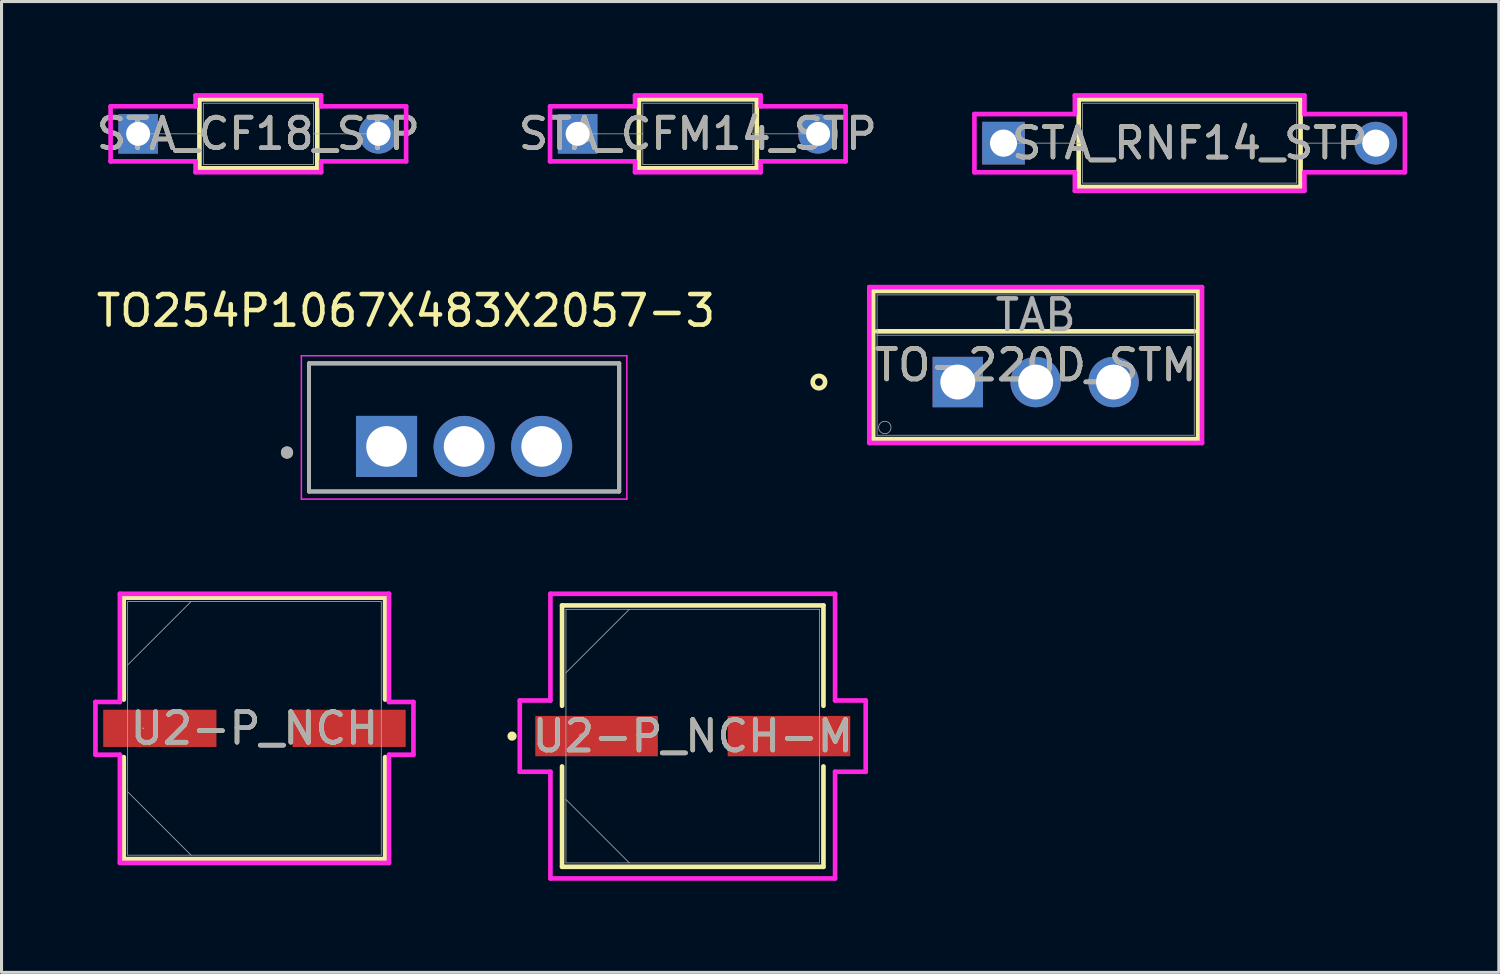
<source format=kicad_pcb>
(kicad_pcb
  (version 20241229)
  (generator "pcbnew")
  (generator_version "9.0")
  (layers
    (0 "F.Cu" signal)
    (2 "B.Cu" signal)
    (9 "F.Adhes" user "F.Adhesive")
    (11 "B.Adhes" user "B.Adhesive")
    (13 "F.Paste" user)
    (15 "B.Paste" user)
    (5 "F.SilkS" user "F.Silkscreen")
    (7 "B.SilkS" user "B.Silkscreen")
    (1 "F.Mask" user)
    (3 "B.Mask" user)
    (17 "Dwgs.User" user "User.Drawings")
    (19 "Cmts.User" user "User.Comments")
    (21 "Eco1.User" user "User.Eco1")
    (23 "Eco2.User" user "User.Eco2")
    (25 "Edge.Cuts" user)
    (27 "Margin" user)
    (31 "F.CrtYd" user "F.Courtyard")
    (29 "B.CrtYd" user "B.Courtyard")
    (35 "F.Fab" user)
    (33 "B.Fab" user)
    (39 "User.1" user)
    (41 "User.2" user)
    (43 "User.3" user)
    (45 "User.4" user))
  (footprint "STA_CFM14_STP"
    (layer "F.Cu")
    (at 15.867 1.333)
    (property "Reference" "STA_CFM14_STP" (at 3.937 0 0) (unlocked yes) (layer "F.SilkS") (effects (font (size 1 1) (thickness 0.15))))
    (attr through_hole)
    (fp_line (start 2.007 -1.13) (end 2.007 1.13) (stroke (width 0.152) (type solid)) (layer "F.SilkS"))
    (fp_line (start 2.007 1.13) (end 5.867 1.13) (stroke (width 0.152) (type solid)) (layer "F.SilkS"))
    (fp_line (start 5.867 -1.13) (end 2.007 -1.13) (stroke (width 0.152) (type solid)) (layer "F.SilkS"))
    (fp_line (start 5.867 1.13) (end 5.867 -1.13) (stroke (width 0.152) (type solid)) (layer "F.SilkS"))
    (fp_line (start -0.902 -0.902) (end 1.88 -0.902) (stroke (width 0.152) (type solid)) (layer "F.CrtYd"))
    (fp_line (start -0.902 0.902) (end -0.902 -0.902) (stroke (width 0.152) (type solid)) (layer "F.CrtYd"))
    (fp_line (start 1.88 -1.257) (end 5.994 -1.257) (stroke (width 0.152) (type solid)) (layer "F.CrtYd"))
    (fp_line (start 1.88 -0.902) (end 1.88 -1.257) (stroke (width 0.152) (type solid)) (layer "F.CrtYd"))
    (fp_line (start 1.88 0.902) (end -0.902 0.902) (stroke (width 0.152) (type solid)) (layer "F.CrtYd"))
    (fp_line (start 1.88 1.257) (end 1.88 0.902) (stroke (width 0.152) (type solid)) (layer "F.CrtYd"))
    (fp_line (start 5.994 -1.257) (end 5.994 -0.902) (stroke (width 0.152) (type solid)) (layer "F.CrtYd"))
    (fp_line (start 5.994 -0.902) (end 8.776 -0.902) (stroke (width 0.152) (type solid)) (layer "F.CrtYd"))
    (fp_line (start 5.994 0.902) (end 5.994 1.257) (stroke (width 0.152) (type solid)) (layer "F.CrtYd"))
    (fp_line (start 5.994 1.257) (end 1.88 1.257) (stroke (width 0.152) (type solid)) (layer "F.CrtYd"))
    (fp_line (start 8.776 -0.902) (end 8.776 0.902) (stroke (width 0.152) (type solid)) (layer "F.CrtYd"))
    (fp_line (start 8.776 0.902) (end 5.994 0.902) (stroke (width 0.152) (type solid)) (layer "F.CrtYd"))
    (fp_line (start 0 0) (end 2.134 0) (stroke (width 0.025) (type solid)) (layer "F.Fab"))
    (fp_line (start 2.134 -1.003) (end 2.134 1.003) (stroke (width 0.025) (type solid)) (layer "F.Fab"))
    (fp_line (start 2.134 1.003) (end 5.74 1.003) (stroke (width 0.025) (type solid)) (layer "F.Fab"))
    (fp_line (start 5.74 -1.003) (end 2.134 -1.003) (stroke (width 0.025) (type solid)) (layer "F.Fab"))
    (fp_line (start 5.74 1.003) (end 5.74 -1.003) (stroke (width 0.025) (type solid)) (layer "F.Fab"))
    (fp_line (start 7.874 0) (end 5.74 0) (stroke (width 0.025) (type solid)) (layer "F.Fab"))
    (fp_text user "${REFERENCE}" (at 3.937 0 0) (unlocked yes) (layer "F.Fab") (effects (font (size 1 1) (thickness 0.15))))
    (pad "1" thru_hole rect (at 0 0) (size 1.295 1.295) (drill 0.787) (layers "*.Cu" "*.Mask"))
    (pad "2" thru_hole circle (at 7.874 0) (size 1.295 1.295) (drill 0.787) (layers "*.Cu" "*.Mask")))
  (footprint "TO-220D_STM"
    (layer "F.Cu")
    (at 28.317 9.462)
    (property "Reference" "TO-220D_STM" (at 2.55 -0.556 0) (unlocked yes) (layer "F.SilkS") (effects (font (size 1 1) (thickness 0.15))))
    (attr through_hole)
    (fp_line (start -2.771 -2.982) (end -2.771 1.869) (stroke (width 0.152) (type solid)) (layer "F.SilkS"))
    (fp_line (start -2.771 1.869) (end 7.871 1.869) (stroke (width 0.152) (type solid)) (layer "F.SilkS"))
    (fp_line (start -2.644 -1.661) (end 7.744 -1.661) (stroke (width 0.152) (type solid)) (layer "F.SilkS"))
    (fp_line (start 7.871 -2.982) (end -2.771 -2.982) (stroke (width 0.152) (type solid)) (layer "F.SilkS"))
    (fp_line (start 7.871 1.869) (end 7.871 -2.982) (stroke (width 0.152) (type solid)) (layer "F.SilkS"))
    (fp_circle (center -4.549 0) (end -4.346 0) (stroke (width 0.152) (type solid)) (fill no) (layer "F.SilkS"))
    (fp_line (start -2.898 -3.109) (end -2.898 1.996) (stroke (width 0.152) (type solid)) (layer "F.CrtYd"))
    (fp_line (start -2.898 1.996) (end 7.998 1.996) (stroke (width 0.152) (type solid)) (layer "F.CrtYd"))
    (fp_line (start 7.998 -3.109) (end -2.898 -3.109) (stroke (width 0.152) (type solid)) (layer "F.CrtYd"))
    (fp_line (start 7.998 1.996) (end 7.998 -3.109) (stroke (width 0.152) (type solid)) (layer "F.CrtYd"))
    (fp_line (start -2.644 -2.855) (end -2.644 1.742) (stroke (width 0.025) (type solid)) (layer "F.Fab"))
    (fp_line (start -2.644 -1.534) (end 7.744 -1.534) (stroke (width 0.025) (type solid)) (layer "F.Fab"))
    (fp_line (start -2.644 1.742) (end 7.744 1.742) (stroke (width 0.025) (type solid)) (layer "F.Fab"))
    (fp_line (start 7.744 -2.855) (end -2.644 -2.855) (stroke (width 0.025) (type solid)) (layer "F.Fab"))
    (fp_line (start 7.744 1.742) (end 7.744 -2.855) (stroke (width 0.025) (type solid)) (layer "F.Fab"))
    (fp_circle (center -2.39 1.488) (end -2.187 1.488) (stroke (width 0.025) (type solid)) (fill no) (layer "F.Fab"))
    (fp_text user "TAB" (at 2.55 -2.195 0) (unlocked yes) (layer "F.Fab") (effects (font (size 1 1) (thickness 0.15))))
    (fp_text user "${REFERENCE}" (at 2.55 -0.556 0) (unlocked yes) (layer "F.Fab") (effects (font (size 1 1) (thickness 0.15))))
    (pad "1" thru_hole rect (at 0 0) (size 1.651 1.651) (drill 1.143) (layers "*.Cu" "*.Mask"))
    (pad "2" thru_hole circle (at 2.55 0) (size 1.651 1.651) (drill 1.143) (layers "*.Cu" "*.Mask"))
    (pad "3" thru_hole circle (at 5.1 0) (size 1.651 1.651) (drill 1.143) (layers "*.Cu" "*.Mask")))
  (footprint "STA_CF18_STP"
    (layer "F.Cu")
    (at 1.474 1.333)
    (property "Reference" "STA_CF18_STP" (at 3.937 0 0) (unlocked yes) (layer "F.SilkS") (effects (font (size 1 1) (thickness 0.15))))
    (attr through_hole)
    (fp_line (start 2.007 -1.13) (end 2.007 1.13) (stroke (width 0.152) (type solid)) (layer "F.SilkS"))
    (fp_line (start 2.007 1.13) (end 5.867 1.13) (stroke (width 0.152) (type solid)) (layer "F.SilkS"))
    (fp_line (start 5.867 -1.13) (end 2.007 -1.13) (stroke (width 0.152) (type solid)) (layer "F.SilkS"))
    (fp_line (start 5.867 1.13) (end 5.867 -1.13) (stroke (width 0.152) (type solid)) (layer "F.SilkS"))
    (fp_line (start -0.902 -0.902) (end 1.88 -0.902) (stroke (width 0.152) (type solid)) (layer "F.CrtYd"))
    (fp_line (start -0.902 0.902) (end -0.902 -0.902) (stroke (width 0.152) (type solid)) (layer "F.CrtYd"))
    (fp_line (start 1.88 -1.257) (end 5.994 -1.257) (stroke (width 0.152) (type solid)) (layer "F.CrtYd"))
    (fp_line (start 1.88 -0.902) (end 1.88 -1.257) (stroke (width 0.152) (type solid)) (layer "F.CrtYd"))
    (fp_line (start 1.88 0.902) (end -0.902 0.902) (stroke (width 0.152) (type solid)) (layer "F.CrtYd"))
    (fp_line (start 1.88 1.257) (end 1.88 0.902) (stroke (width 0.152) (type solid)) (layer "F.CrtYd"))
    (fp_line (start 5.994 -1.257) (end 5.994 -0.902) (stroke (width 0.152) (type solid)) (layer "F.CrtYd"))
    (fp_line (start 5.994 -0.902) (end 8.776 -0.902) (stroke (width 0.152) (type solid)) (layer "F.CrtYd"))
    (fp_line (start 5.994 0.902) (end 5.994 1.257) (stroke (width 0.152) (type solid)) (layer "F.CrtYd"))
    (fp_line (start 5.994 1.257) (end 1.88 1.257) (stroke (width 0.152) (type solid)) (layer "F.CrtYd"))
    (fp_line (start 8.776 -0.902) (end 8.776 0.902) (stroke (width 0.152) (type solid)) (layer "F.CrtYd"))
    (fp_line (start 8.776 0.902) (end 5.994 0.902) (stroke (width 0.152) (type solid)) (layer "F.CrtYd"))
    (fp_line (start 0 0) (end 2.134 0) (stroke (width 0.025) (type solid)) (layer "F.Fab"))
    (fp_line (start 2.134 -1.003) (end 2.134 1.003) (stroke (width 0.025) (type solid)) (layer "F.Fab"))
    (fp_line (start 2.134 1.003) (end 5.74 1.003) (stroke (width 0.025) (type solid)) (layer "F.Fab"))
    (fp_line (start 5.74 -1.003) (end 2.134 -1.003) (stroke (width 0.025) (type solid)) (layer "F.Fab"))
    (fp_line (start 5.74 1.003) (end 5.74 -1.003) (stroke (width 0.025) (type solid)) (layer "F.Fab"))
    (fp_line (start 7.874 0) (end 5.74 0) (stroke (width 0.025) (type solid)) (layer "F.Fab"))
    (fp_text user "${REFERENCE}" (at 3.937 0 0) (unlocked yes) (layer "F.Fab") (effects (font (size 1 1) (thickness 0.15))))
    (pad "1" thru_hole rect (at 0 0) (size 1.295 1.295) (drill 0.787) (layers "*.Cu" "*.Mask"))
    (pad "2" thru_hole circle (at 7.874 0) (size 1.295 1.295) (drill 0.787) (layers "*.Cu" "*.Mask")))
  (footprint "U2-P_NCH-M"
    (layer "F.Cu")
    (at 19.637 21.057)
    (property "Reference" "U2-P_NCH-M" (at 0 0 0) (unlocked yes) (layer "F.SilkS") (effects (font (size 1 1) (thickness 0.15))))
    (attr smd)
    (fp_line (start -4.28 -4.28) (end -4.28 -0.993) (stroke (width 0.152) (type solid)) (layer "F.SilkS"))
    (fp_line (start -4.28 0.993) (end -4.28 4.28) (stroke (width 0.152) (type solid)) (layer "F.SilkS"))
    (fp_line (start -4.28 4.28) (end 4.28 4.28) (stroke (width 0.152) (type solid)) (layer "F.SilkS"))
    (fp_line (start 4.28 -4.28) (end -4.28 -4.28) (stroke (width 0.152) (type solid)) (layer "F.SilkS"))
    (fp_line (start 4.28 -0.993) (end 4.28 -4.28) (stroke (width 0.152) (type solid)) (layer "F.SilkS"))
    (fp_line (start 4.28 4.28) (end 4.28 0.993) (stroke (width 0.152) (type solid)) (layer "F.SilkS"))
    (fp_circle (center -5.918 0) (end -5.842 0) (stroke (width 0.152) (type solid)) (fill no) (layer "F.SilkS"))
    (fp_line (start -5.664 -1.168) (end -4.661 -1.168) (stroke (width 0.152) (type solid)) (layer "F.CrtYd"))
    (fp_line (start -5.664 1.168) (end -5.664 -1.168) (stroke (width 0.152) (type solid)) (layer "F.CrtYd"))
    (fp_line (start -4.661 -4.661) (end 4.661 -4.661) (stroke (width 0.152) (type solid)) (layer "F.CrtYd"))
    (fp_line (start -4.661 -1.168) (end -4.661 -4.661) (stroke (width 0.152) (type solid)) (layer "F.CrtYd"))
    (fp_line (start -4.661 1.168) (end -5.664 1.168) (stroke (width 0.152) (type solid)) (layer "F.CrtYd"))
    (fp_line (start -4.661 4.661) (end -4.661 1.168) (stroke (width 0.152) (type solid)) (layer "F.CrtYd"))
    (fp_line (start 4.661 -4.661) (end 4.661 -1.168) (stroke (width 0.152) (type solid)) (layer "F.CrtYd"))
    (fp_line (start 4.661 -1.168) (end 5.664 -1.168) (stroke (width 0.152) (type solid)) (layer "F.CrtYd"))
    (fp_line (start 4.661 1.168) (end 4.661 4.661) (stroke (width 0.152) (type solid)) (layer "F.CrtYd"))
    (fp_line (start 4.661 4.661) (end -4.661 4.661) (stroke (width 0.152) (type solid)) (layer "F.CrtYd"))
    (fp_line (start 5.664 -1.168) (end 5.664 1.168) (stroke (width 0.152) (type solid)) (layer "F.CrtYd"))
    (fp_line (start 5.664 1.168) (end 4.661 1.168) (stroke (width 0.152) (type solid)) (layer "F.CrtYd"))
    (fp_line (start -4.153 -4.153) (end -4.153 4.153) (stroke (width 0.025) (type solid)) (layer "F.Fab"))
    (fp_line (start -4.153 -2.076) (end -2.076 -4.153) (stroke (width 0.025) (type solid)) (layer "F.Fab"))
    (fp_line (start -4.153 2.076) (end -2.076 4.153) (stroke (width 0.025) (type solid)) (layer "F.Fab"))
    (fp_line (start -4.153 4.153) (end 4.153 4.153) (stroke (width 0.025) (type solid)) (layer "F.Fab"))
    (fp_line (start 4.153 -4.153) (end -4.153 -4.153) (stroke (width 0.025) (type solid)) (layer "F.Fab"))
    (fp_line (start 4.153 4.153) (end 4.153 -4.153) (stroke (width 0.025) (type solid)) (layer "F.Fab"))
    (fp_circle (center -3.645 0) (end -3.569 0) (stroke (width 0.025) (type solid)) (fill no) (layer "F.Fab"))
    (fp_text user "${REFERENCE}" (at 0 0 0) (unlocked yes) (layer "F.Fab") (effects (font (size 1 1) (thickness 0.15))))
    (pad "1" smd rect (at -3.15 0) (size 4.013 1.321) (layers "F.Cu" "F.Mask" "F.Paste"))
    (pad "2" smd rect (at 3.15 0) (size 4.013 1.321) (layers "F.Cu" "F.Mask" "F.Paste"))
    (zone (net_name "") (layer "F.Cu") (hatch full 0.508) (connect_pads) (min_thickness 0.254) (filled_areas_thickness no) (keepout (tracks not_allowed) (vias not_allowed) (pads allowed) (copperpour not_allowed) (footprints allowed)) (placement (enabled no)) (fill) (polygon (pts (xy 15.535 16.955) (xy 23.739 16.955) (xy 23.739 20.346) (xy 15.535 20.346))))
    (zone (net_name "") (layer "F.Cu") (hatch full 0.508) (connect_pads) (min_thickness 0.254) (filled_areas_thickness no) (keepout (tracks not_allowed) (vias not_allowed) (pads allowed) (copperpour not_allowed) (footprints allowed)) (placement (enabled no)) (fill) (polygon (pts (xy 15.535 21.768) (xy 23.739 21.768) (xy 23.739 25.159) (xy 15.535 25.159))))
    (zone (net_name "") (layer "F.Cu") (hatch full 0.508) (connect_pads) (min_thickness 0.254) (filled_areas_thickness no) (keepout (tracks not_allowed) (vias not_allowed) (pads allowed) (copperpour not_allowed) (footprints allowed)) (placement (enabled no)) (fill) (polygon (pts (xy 18.545 20.346) (xy 20.729 20.346) (xy 20.729 21.768) (xy 18.545 21.768)))))
  (footprint "TO254P1067X483X2057-3"
    (layer "F.Cu")
    (at 12.149 11.57)
    (property "Reference" "TO254P1067X483X2057-3" (at -1.905 -4.445 0) (layer "F.SilkS") (effects (font (size 1 1) (thickness 0.15))))
    (attr through_hole)
    (fp_line (start -5.08 -2.72) (end 5.08 -2.72) (stroke (width 0.127) (type solid)) (layer "F.SilkS"))
    (fp_line (start -5.08 1.475) (end -5.08 -2.72) (stroke (width 0.127) (type solid)) (layer "F.SilkS"))
    (fp_line (start 5.08 -2.72) (end 5.08 1.475) (stroke (width 0.127) (type solid)) (layer "F.SilkS"))
    (fp_line (start 5.08 1.475) (end -5.08 1.475) (stroke (width 0.127) (type solid)) (layer "F.SilkS"))
    (fp_circle (center -5.8 0.2) (end -5.7 0.2) (stroke (width 0.2) (type solid)) (fill no) (layer "F.SilkS"))
    (fp_line (start -5.33 -2.97) (end 5.33 -2.97) (stroke (width 0.05) (type solid)) (layer "F.CrtYd"))
    (fp_line (start -5.33 1.725) (end -5.33 -2.97) (stroke (width 0.05) (type solid)) (layer "F.CrtYd"))
    (fp_line (start 5.33 -2.97) (end 5.33 1.725) (stroke (width 0.05) (type solid)) (layer "F.CrtYd"))
    (fp_line (start 5.33 1.725) (end -5.33 1.725) (stroke (width 0.05) (type solid)) (layer "F.CrtYd"))
    (fp_line (start -5.08 -2.72) (end 5.08 -2.72) (stroke (width 0.127) (type solid)) (layer "F.Fab"))
    (fp_line (start -5.08 1.475) (end -5.08 -2.72) (stroke (width 0.127) (type solid)) (layer "F.Fab"))
    (fp_line (start 5.08 -2.72) (end 5.08 1.475) (stroke (width 0.127) (type solid)) (layer "F.Fab"))
    (fp_line (start 5.08 1.475) (end -5.08 1.475) (stroke (width 0.127) (type solid)) (layer "F.Fab"))
    (fp_circle (center -5.8 0.2) (end -5.7 0.2) (stroke (width 0.2) (type solid)) (fill no) (layer "F.Fab"))
    (pad "1" thru_hole rect (at -2.54 0) (size 2 2) (drill 1.33) (layers "*.Cu" "*.Mask"))
    (pad "2" thru_hole circle (at 0 0) (size 2 2) (drill 1.33) (layers "*.Cu" "*.Mask"))
    (pad "3" thru_hole circle (at 2.54 0) (size 2 2) (drill 1.33) (layers "*.Cu" "*.Mask")))
  (footprint "STA_RNF14_STP"
    (layer "F.Cu")
    (at 29.814 1.638)
    (property "Reference" "STA_RNF14_STP" (at 6.096 0 0) (unlocked yes) (layer "F.SilkS") (effects (font (size 1 1) (thickness 0.15))))
    (attr through_hole)
    (fp_line (start 2.464 -1.435) (end 2.464 1.435) (stroke (width 0.152) (type solid)) (layer "F.SilkS"))
    (fp_line (start 2.464 1.435) (end 9.728 1.435) (stroke (width 0.152) (type solid)) (layer "F.SilkS"))
    (fp_line (start 9.728 -1.435) (end 2.464 -1.435) (stroke (width 0.152) (type solid)) (layer "F.SilkS"))
    (fp_line (start 9.728 1.435) (end 9.728 -1.435) (stroke (width 0.152) (type solid)) (layer "F.SilkS"))
    (fp_line (start -0.953 -0.953) (end 2.337 -0.953) (stroke (width 0.152) (type solid)) (layer "F.CrtYd"))
    (fp_line (start -0.953 0.953) (end -0.953 -0.953) (stroke (width 0.152) (type solid)) (layer "F.CrtYd"))
    (fp_line (start 2.337 -1.562) (end 9.855 -1.562) (stroke (width 0.152) (type solid)) (layer "F.CrtYd"))
    (fp_line (start 2.337 -0.953) (end 2.337 -1.562) (stroke (width 0.152) (type solid)) (layer "F.CrtYd"))
    (fp_line (start 2.337 0.953) (end -0.953 0.953) (stroke (width 0.152) (type solid)) (layer "F.CrtYd"))
    (fp_line (start 2.337 1.562) (end 2.337 0.953) (stroke (width 0.152) (type solid)) (layer "F.CrtYd"))
    (fp_line (start 9.855 -1.562) (end 9.855 -0.953) (stroke (width 0.152) (type solid)) (layer "F.CrtYd"))
    (fp_line (start 9.855 -0.953) (end 13.145 -0.953) (stroke (width 0.152) (type solid)) (layer "F.CrtYd"))
    (fp_line (start 9.855 0.953) (end 9.855 1.562) (stroke (width 0.152) (type solid)) (layer "F.CrtYd"))
    (fp_line (start 9.855 1.562) (end 2.337 1.562) (stroke (width 0.152) (type solid)) (layer "F.CrtYd"))
    (fp_line (start 13.145 -0.953) (end 13.145 0.953) (stroke (width 0.152) (type solid)) (layer "F.CrtYd"))
    (fp_line (start 13.145 0.953) (end 9.855 0.953) (stroke (width 0.152) (type solid)) (layer "F.CrtYd"))
    (fp_line (start 0 0) (end 2.591 0) (stroke (width 0.025) (type solid)) (layer "F.Fab"))
    (fp_line (start 2.591 -1.308) (end 2.591 1.308) (stroke (width 0.025) (type solid)) (layer "F.Fab"))
    (fp_line (start 2.591 1.308) (end 9.601 1.308) (stroke (width 0.025) (type solid)) (layer "F.Fab"))
    (fp_line (start 9.601 -1.308) (end 2.591 -1.308) (stroke (width 0.025) (type solid)) (layer "F.Fab"))
    (fp_line (start 9.601 1.308) (end 9.601 -1.308) (stroke (width 0.025) (type solid)) (layer "F.Fab"))
    (fp_line (start 12.192 0) (end 9.601 0) (stroke (width 0.025) (type solid)) (layer "F.Fab"))
    (fp_text user "${REFERENCE}" (at 6.096 0 0) (unlocked yes) (layer "F.Fab") (effects (font (size 1 1) (thickness 0.15))))
    (pad "1" thru_hole rect (at 0 0) (size 1.397 1.397) (drill 0.889) (layers "*.Cu" "*.Mask"))
    (pad "2" thru_hole circle (at 12.192 0) (size 1.397 1.397) (drill 0.889) (layers "*.Cu" "*.Mask")))
  (footprint "U2-P_NCH"
    (layer "F.Cu")
    (at 5.283 20.803)
    (property "Reference" "U2-P_NCH" (at 0 0 0) (unlocked yes) (layer "F.SilkS") (effects (font (size 1 1) (thickness 0.15))))
    (attr smd)
    (fp_line (start -4.28 -4.28) (end -4.28 -0.942) (stroke (width 0.152) (type solid)) (layer "F.SilkS"))
    (fp_line (start -4.28 0.942) (end -4.28 4.28) (stroke (width 0.152) (type solid)) (layer "F.SilkS"))
    (fp_line (start -4.28 4.28) (end 4.28 4.28) (stroke (width 0.152) (type solid)) (layer "F.SilkS"))
    (fp_line (start 4.28 -4.28) (end -4.28 -4.28) (stroke (width 0.152) (type solid)) (layer "F.SilkS"))
    (fp_line (start 4.28 -0.942) (end 4.28 -4.28) (stroke (width 0.152) (type solid)) (layer "F.SilkS"))
    (fp_line (start 4.28 4.28) (end 4.28 0.942) (stroke (width 0.152) (type solid)) (layer "F.SilkS"))
    (fp_line (start -5.207 -0.864) (end -4.407 -0.864) (stroke (width 0.152) (type solid)) (layer "F.CrtYd"))
    (fp_line (start -5.207 0.864) (end -5.207 -0.864) (stroke (width 0.152) (type solid)) (layer "F.CrtYd"))
    (fp_line (start -4.407 -4.407) (end 4.407 -4.407) (stroke (width 0.152) (type solid)) (layer "F.CrtYd"))
    (fp_line (start -4.407 -0.864) (end -4.407 -4.407) (stroke (width 0.152) (type solid)) (layer "F.CrtYd"))
    (fp_line (start -4.407 0.864) (end -5.207 0.864) (stroke (width 0.152) (type solid)) (layer "F.CrtYd"))
    (fp_line (start -4.407 4.407) (end -4.407 0.864) (stroke (width 0.152) (type solid)) (layer "F.CrtYd"))
    (fp_line (start 4.407 -4.407) (end 4.407 -0.864) (stroke (width 0.152) (type solid)) (layer "F.CrtYd"))
    (fp_line (start 4.407 -0.864) (end 5.207 -0.864) (stroke (width 0.152) (type solid)) (layer "F.CrtYd"))
    (fp_line (start 4.407 0.864) (end 4.407 4.407) (stroke (width 0.152) (type solid)) (layer "F.CrtYd"))
    (fp_line (start 4.407 4.407) (end -4.407 4.407) (stroke (width 0.152) (type solid)) (layer "F.CrtYd"))
    (fp_line (start 5.207 -0.864) (end 5.207 0.864) (stroke (width 0.152) (type solid)) (layer "F.CrtYd"))
    (fp_line (start 5.207 0.864) (end 4.407 0.864) (stroke (width 0.152) (type solid)) (layer "F.CrtYd"))
    (fp_line (start -4.153 -4.153) (end -4.153 4.153) (stroke (width 0.025) (type solid)) (layer "F.Fab"))
    (fp_line (start -4.153 -2.076) (end -2.076 -4.153) (stroke (width 0.025) (type solid)) (layer "F.Fab"))
    (fp_line (start -4.153 2.076) (end -2.076 4.153) (stroke (width 0.025) (type solid)) (layer "F.Fab"))
    (fp_line (start -4.153 4.153) (end 4.153 4.153) (stroke (width 0.025) (type solid)) (layer "F.Fab"))
    (fp_line (start 4.153 -4.153) (end -4.153 -4.153) (stroke (width 0.025) (type solid)) (layer "F.Fab"))
    (fp_line (start 4.153 4.153) (end 4.153 -4.153) (stroke (width 0.025) (type solid)) (layer "F.Fab"))
    (fp_circle (center -3.645 0) (end -3.645 0) (stroke (width 0.025) (type solid)) (fill no) (layer "F.Fab"))
    (fp_text user "${REFERENCE}" (at 0 0 0) (unlocked yes) (layer "F.Fab") (effects (font (size 1 1) (thickness 0.15))))
    (pad "1" smd rect (at -3.099 0) (size 3.708 1.219) (layers "F.Cu" "F.Mask" "F.Paste"))
    (pad "2" smd rect (at 3.099 0) (size 3.708 1.219) (layers "F.Cu" "F.Mask" "F.Paste"))
    (zone (net_name "") (layer "F.Cu") (hatch full 0.508) (connect_pads) (min_thickness 0.254) (filled_areas_thickness no) (keepout (tracks not_allowed) (vias not_allowed) (pads allowed) (copperpour not_allowed) (footprints allowed)) (placement (enabled no)) (fill) (polygon (pts (xy 1.181 16.701) (xy 9.385 16.701) (xy 9.385 20.143) (xy 1.181 20.143))))
    (zone (net_name "") (layer "F.Cu") (hatch full 0.508) (connect_pads) (min_thickness 0.254) (filled_areas_thickness no) (keepout (tracks not_allowed) (vias not_allowed) (pads allowed) (copperpour not_allowed) (footprints allowed)) (placement (enabled no)) (fill) (polygon (pts (xy 1.181 21.463) (xy 9.385 21.463) (xy 9.385 24.905) (xy 1.181 24.905))))
    (zone (net_name "") (layer "F.Cu") (hatch full 0.508) (connect_pads) (min_thickness 0.254) (filled_areas_thickness no) (keepout (tracks not_allowed) (vias not_allowed) (pads allowed) (copperpour not_allowed) (footprints allowed)) (placement (enabled no)) (fill) (polygon (pts (xy 4.089 20.143) (xy 6.477 20.143) (xy 6.477 21.463) (xy 4.089 21.463)))))
  (gr_rect
    (start -3 -3)
    (end 46.035 28.794)
    (stroke (width 0.1) (type default))
    (fill no)
    (layer "Edge.Cuts")))
</source>
